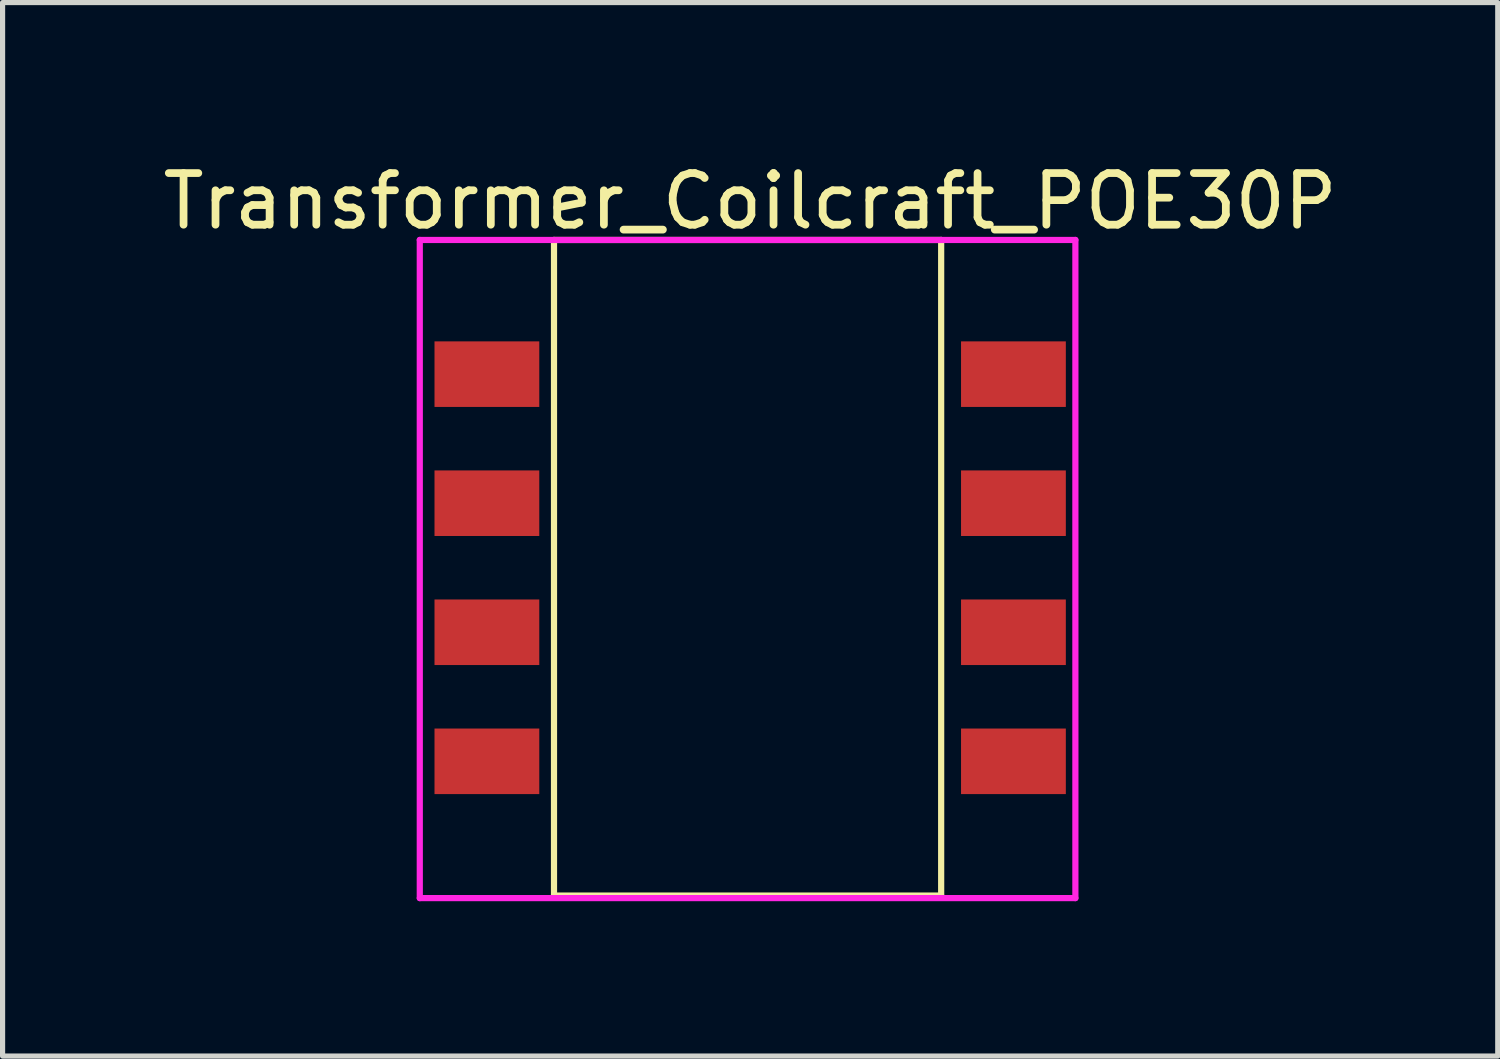
<source format=kicad_pcb>
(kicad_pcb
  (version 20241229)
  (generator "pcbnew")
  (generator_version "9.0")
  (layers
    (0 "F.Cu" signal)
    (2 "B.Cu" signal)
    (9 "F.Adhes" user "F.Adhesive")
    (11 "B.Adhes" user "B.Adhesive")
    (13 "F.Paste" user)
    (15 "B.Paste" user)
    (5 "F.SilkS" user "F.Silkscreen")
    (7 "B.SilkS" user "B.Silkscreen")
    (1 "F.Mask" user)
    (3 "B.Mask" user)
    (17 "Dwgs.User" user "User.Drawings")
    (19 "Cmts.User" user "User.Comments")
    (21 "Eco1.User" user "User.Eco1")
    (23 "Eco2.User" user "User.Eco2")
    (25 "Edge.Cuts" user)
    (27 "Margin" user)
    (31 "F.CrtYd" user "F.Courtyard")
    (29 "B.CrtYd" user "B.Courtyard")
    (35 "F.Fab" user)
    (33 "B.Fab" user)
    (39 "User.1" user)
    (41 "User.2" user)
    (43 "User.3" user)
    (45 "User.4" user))
  (footprint "Transformer_Coilcraft_POE30P"
    (layer "F.Cu")
    (at 11.482 7.948)
    (property "Reference" "Transformer_Coilcraft_POE30P" (at 0 -7.1 0) (layer "F.SilkS") (effects (font (size 1 1) (thickness 0.15))))
    (attr through_hole)
    (fp_line (start -3.8 -6.35) (end -3.8 6.35) (stroke (width 0.12) (type solid)) (layer "F.SilkS"))
    (fp_line (start -3.8 6.35) (end 3.7 6.35) (stroke (width 0.12) (type solid)) (layer "F.SilkS"))
    (fp_line (start 3.7 -6.35) (end -3.8 -6.35) (stroke (width 0.12) (type solid)) (layer "F.SilkS"))
    (fp_line (start 3.7 6.35) (end 3.7 -6.35) (stroke (width 0.12) (type solid)) (layer "F.SilkS"))
    (fp_line (start -6.4 -6.35) (end 6.3 -6.35) (stroke (width 0.12) (type solid)) (layer "F.CrtYd"))
    (fp_line (start -6.4 6.4) (end -6.4 -6.35) (stroke (width 0.12) (type solid)) (layer "F.CrtYd"))
    (fp_line (start 6.3 -6.35) (end 6.3 6.4) (stroke (width 0.12) (type solid)) (layer "F.CrtYd"))
    (fp_line (start 6.3 6.4) (end -6.4 6.4) (stroke (width 0.12) (type solid)) (layer "F.CrtYd"))
    (pad "1" smd rect (at -5.1 3.75) (size 2.03 1.27) (layers "F.Cu" "F.Mask" "F.Paste"))
    (pad "2" smd rect (at -5.1 1.25) (size 2.03 1.27) (layers "F.Cu" "F.Mask" "F.Paste"))
    (pad "3" smd rect (at -5.1 -1.25) (size 2.03 1.27) (layers "F.Cu" "F.Mask" "F.Paste"))
    (pad "4" smd rect (at -5.1 -3.75) (size 2.03 1.27) (layers "F.Cu" "F.Mask" "F.Paste"))
    (pad "5" smd rect (at 5.1 -3.75) (size 2.03 1.27) (layers "F.Cu" "F.Mask" "F.Paste"))
    (pad "6" smd rect (at 5.1 -1.25) (size 2.03 1.27) (layers "F.Cu" "F.Mask" "F.Paste"))
    (pad "7" smd rect (at 5.1 1.25) (size 2.03 1.27) (layers "F.Cu" "F.Mask" "F.Paste"))
    (pad "8" smd rect (at 5.1 3.75) (size 2.03 1.27) (layers "F.Cu" "F.Mask" "F.Paste")))
  (gr_rect
    (start -3 -3)
    (end 25.964 17.408)
    (stroke (width 0.1) (type default))
    (fill no)
    (layer "Edge.Cuts")))
</source>
